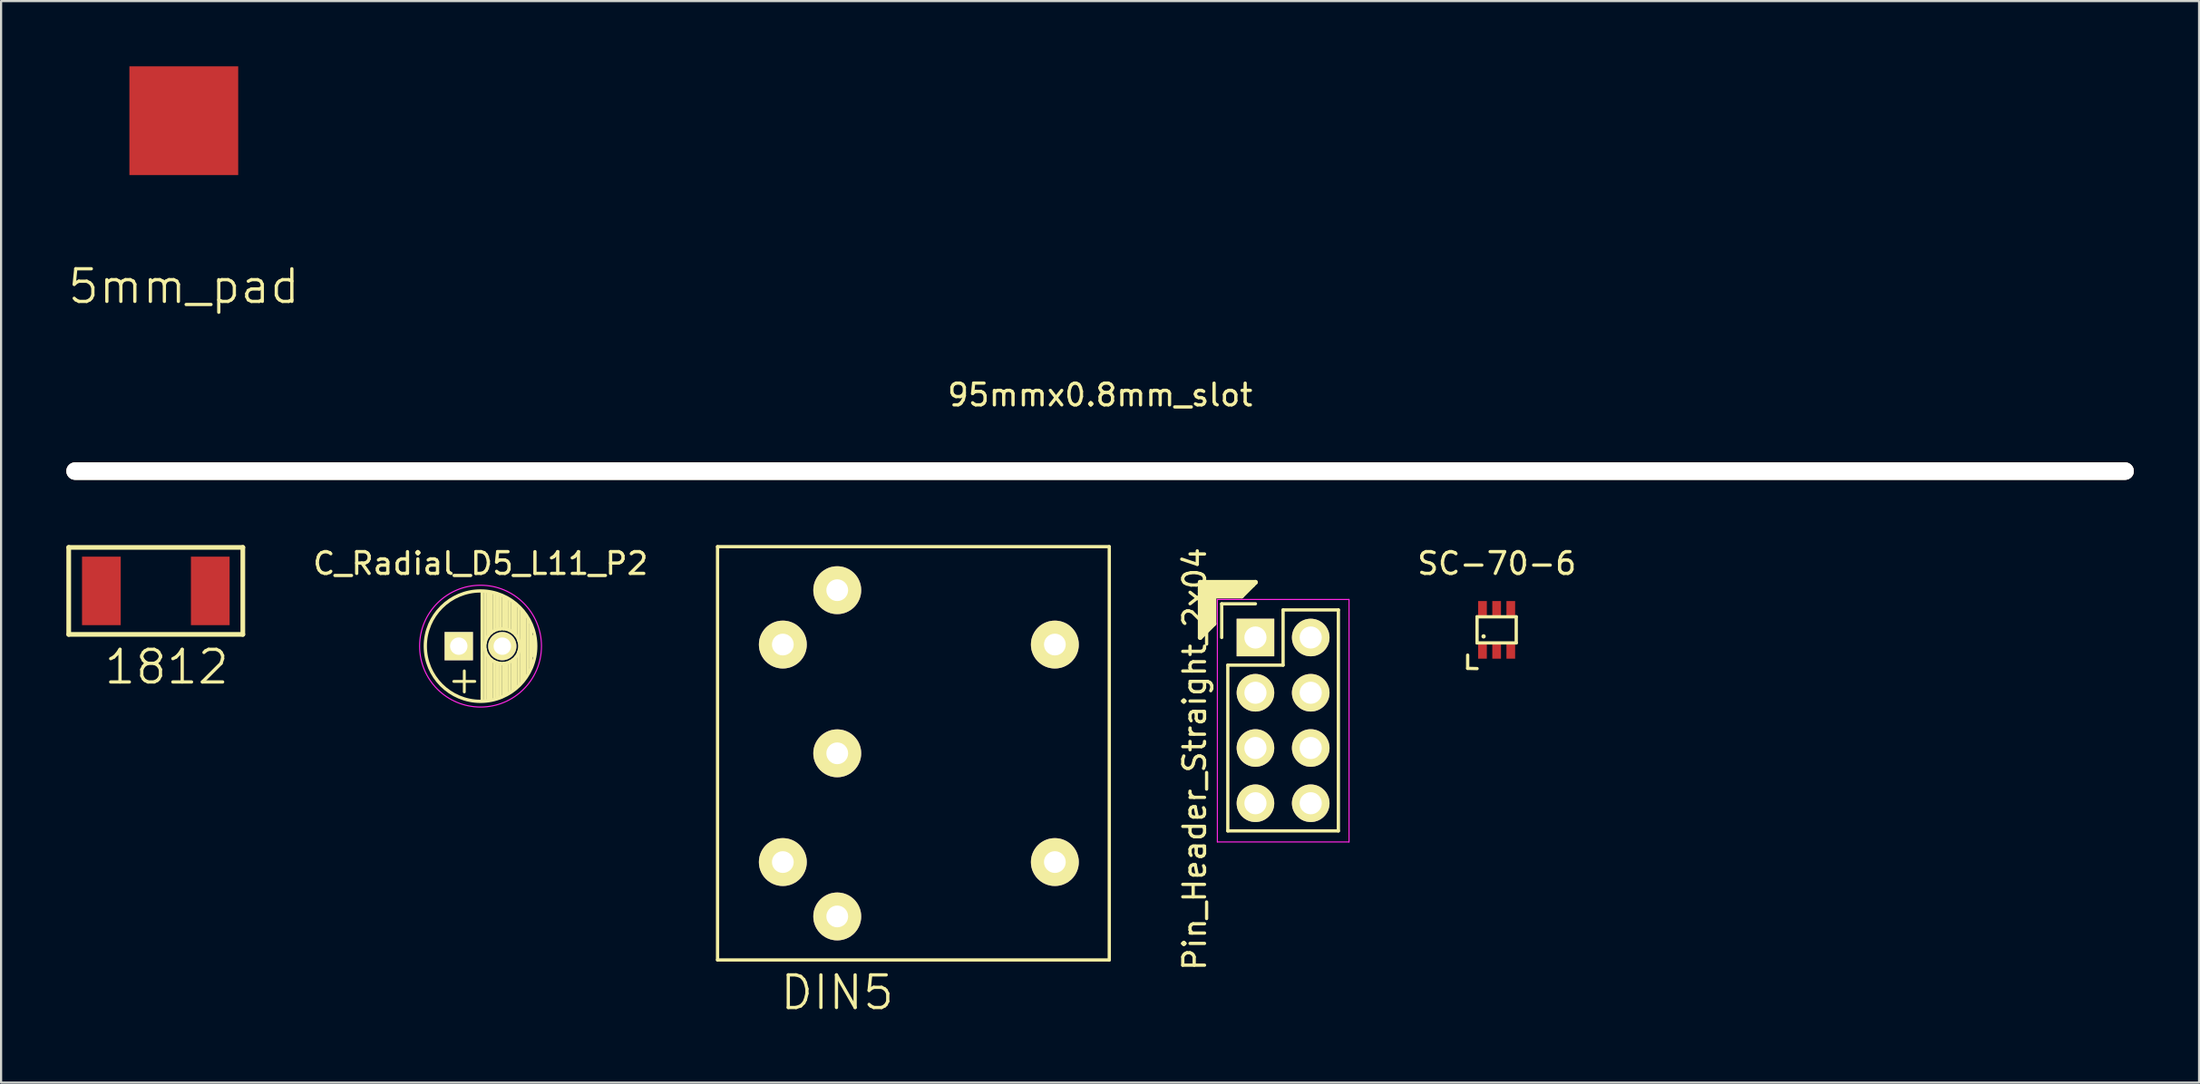
<source format=kicad_pcb>
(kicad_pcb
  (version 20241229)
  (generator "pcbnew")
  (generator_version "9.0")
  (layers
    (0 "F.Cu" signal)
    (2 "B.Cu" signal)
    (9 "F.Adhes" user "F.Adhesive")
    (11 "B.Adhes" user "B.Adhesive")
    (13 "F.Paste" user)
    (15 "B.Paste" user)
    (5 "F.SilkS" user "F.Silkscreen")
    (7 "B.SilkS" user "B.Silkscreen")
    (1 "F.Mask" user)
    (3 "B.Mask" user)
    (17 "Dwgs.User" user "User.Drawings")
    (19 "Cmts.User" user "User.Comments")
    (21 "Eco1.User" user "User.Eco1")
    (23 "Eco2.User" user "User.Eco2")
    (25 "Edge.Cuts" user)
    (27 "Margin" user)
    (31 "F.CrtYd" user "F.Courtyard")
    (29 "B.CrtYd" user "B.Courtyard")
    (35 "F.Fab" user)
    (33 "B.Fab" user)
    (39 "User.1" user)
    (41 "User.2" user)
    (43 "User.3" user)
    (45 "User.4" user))
  (footprint "DIN5"
    (layer "F.Cu")
    (at 35.422 31.584)
    (property "Reference" "DIN5" (at 0 11 0) (layer "F.SilkS") (effects (font (size 1.5 1.5) (thickness 0.15))))
    (attr through_hole)
    (fp_line (start -5.5 -9.5) (end -5.5 9.5) (stroke (width 0.15) (type solid)) (layer "F.SilkS"))
    (fp_line (start -5.5 9.5) (end 12.5 9.5) (stroke (width 0.15) (type solid)) (layer "F.SilkS"))
    (fp_line (start 12.5 -9.5) (end -5.5 -9.5) (stroke (width 0.15) (type solid)) (layer "F.SilkS"))
    (fp_line (start 12.5 9.5) (end 12.5 -9.5) (stroke (width 0.15) (type solid)) (layer "F.SilkS"))
    (pad "1" thru_hole circle (at 0 7.5) (size 2.2 2.2) (drill 1) (layers "*.Mask" "B.Cu" "F.SilkS"))
    (pad "2" thru_hole circle (at 0 0) (size 2.2 2.2) (drill 1) (layers "*.Mask" "B.Cu" "F.SilkS"))
    (pad "3" thru_hole circle (at 0 -7.5) (size 2.2 2.2) (drill 1) (layers "*.Mask" "B.Cu" "F.SilkS"))
    (pad "4" thru_hole circle (at -2.5 5) (size 2.2 2.2) (drill 1) (layers "*.Mask" "B.Cu" "F.SilkS"))
    (pad "5" thru_hole circle (at -2.5 -5) (size 2.2 2.2) (drill 1) (layers "*.Mask" "B.Cu" "F.SilkS"))
    (pad "S" thru_hole circle (at 10 -5) (size 2.2 2.2) (drill 1) (layers "*.Mask" "B.Cu" "F.SilkS"))
    (pad "S" thru_hole circle (at 10 5) (size 2.2 2.2) (drill 1) (layers "*.Mask" "B.Cu" "F.SilkS")))
  (footprint "SC-70-6"
    (layer "F.Cu")
    (at 65.722 25.908)
    (property "Reference" "SC-70-6" (at 0.01 -3.051 0) (layer "F.SilkS") (effects (font (size 1 1) (thickness 0.15))))
    (attr smd)
    (fp_line (start -1.331 1.161) (end -1.331 1.77) (stroke (width 0.15) (type solid)) (layer "F.SilkS"))
    (fp_line (start -1.331 1.77) (end -0.899 1.781) (stroke (width 0.15) (type solid)) (layer "F.SilkS"))
    (fp_line (start -0.9 -0.6) (end 0.9 -0.6) (stroke (width 0.15) (type solid)) (layer "F.SilkS"))
    (fp_line (start -0.9 0.6) (end -0.9 -0.6) (stroke (width 0.15) (type solid)) (layer "F.SilkS"))
    (fp_line (start -0.6 0.3) (end -0.6 0.3) (stroke (width 0.2) (type solid)) (layer "F.SilkS"))
    (fp_line (start 0.9 -0.6) (end 0.9 0.6) (stroke (width 0.15) (type solid)) (layer "F.SilkS"))
    (fp_line (start 0.9 0.6) (end -0.9 0.6) (stroke (width 0.15) (type solid)) (layer "F.SilkS"))
    (pad "1" smd rect (at -0.65 0.95) (size 0.399 0.749) (layers "F.Cu" "F.Mask" "F.Paste"))
    (pad "2" smd rect (at 0 0.95) (size 0.399 0.749) (layers "F.Cu" "F.Mask" "F.Paste"))
    (pad "3" smd rect (at 0.65 0.95) (size 0.399 0.749) (layers "F.Cu" "F.Mask" "F.Paste"))
    (pad "4" smd rect (at 0.65 -0.95) (size 0.399 0.749) (layers "F.Cu" "F.Mask" "F.Paste"))
    (pad "5" smd rect (at 0 -0.95) (size 0.399 0.749) (layers "F.Cu" "F.Mask" "F.Paste"))
    (pad "6" smd rect (at -0.65 -0.95) (size 0.399 0.749) (layers "F.Cu" "F.Mask" "F.Paste")))
  (footprint "5mm_pad"
    (layer "F.Cu")
    (at 5.396 2.5)
    (property "Reference" "5mm_pad" (at 0 7.62 0) (layer "F.SilkS") (effects (font (size 1.5 1.5) (thickness 0.15))))
    (attr through_hole)
    (pad "1" smd rect (at 0 0) (size 5 5) (layers "F.Cu" "F.Mask" "F.Paste")))
  (footprint "95mmx0.8mm_slot"
    (layer "F.Cu")
    (at 47.5 18.609)
    (property "Reference" "95mmx0.8mm_slot" (at 0 -3.5 0) (layer "F.SilkS") (effects (font (size 1 1) (thickness 0.15))))
    (attr through_hole)
    (pad "1" thru_hole oval (at 0 0) (size 95 0.8) (drill oval 95 0.8) (layers "*.Cu" "*.Mask" "F.SilkS")))
  (footprint "1812"
    (layer "F.Cu")
    (at 4.108 24.117)
    (property "Reference" "1812" (at 0.5 3.5 0) (layer "F.SilkS") (effects (font (size 1.5 1.5) (thickness 0.15))))
    (attr through_hole)
    (fp_line (start -4 -2) (end 4 -2) (stroke (width 0.216) (type solid)) (layer "F.SilkS"))
    (fp_line (start -4 2) (end -4 -2) (stroke (width 0.216) (type solid)) (layer "F.SilkS"))
    (fp_line (start 4 -2) (end 4 2) (stroke (width 0.216) (type solid)) (layer "F.SilkS"))
    (fp_line (start 4 2) (end -4 2) (stroke (width 0.216) (type solid)) (layer "F.SilkS"))
    (pad "1" smd rect (at -2.5 0) (size 1.778 3.15) (layers "F.Cu" "F.Mask" "F.Paste"))
    (pad "2" smd rect (at 2.504 0) (size 1.778 3.15) (layers "F.Cu" "F.Mask" "F.Paste")))
  (footprint "C_Radial_D5_L11_P2"
    (layer "F.Cu")
    (at 18.031 26.657)
    (property "Reference" "C_Radial_D5_L11_P2" (at 1 -3.8 0) (layer "F.SilkS") (effects (font (size 1 1) (thickness 0.15))))
    (attr through_hole)
    (fp_line (start 1.075 -2.499) (end 1.075 2.499) (stroke (width 0.15) (type solid)) (layer "F.SilkS"))
    (fp_line (start 1.215 -2.491) (end 1.215 -0.154) (stroke (width 0.15) (type solid)) (layer "F.SilkS"))
    (fp_line (start 1.215 0.154) (end 1.215 2.491) (stroke (width 0.15) (type solid)) (layer "F.SilkS"))
    (fp_line (start 1.355 -2.475) (end 1.355 -0.473) (stroke (width 0.15) (type solid)) (layer "F.SilkS"))
    (fp_line (start 1.355 0.473) (end 1.355 2.475) (stroke (width 0.15) (type solid)) (layer "F.SilkS"))
    (fp_line (start 1.495 -2.451) (end 1.495 -0.62) (stroke (width 0.15) (type solid)) (layer "F.SilkS"))
    (fp_line (start 1.495 0.62) (end 1.495 2.451) (stroke (width 0.15) (type solid)) (layer "F.SilkS"))
    (fp_line (start 1.635 -2.418) (end 1.635 -0.712) (stroke (width 0.15) (type solid)) (layer "F.SilkS"))
    (fp_line (start 1.635 0.712) (end 1.635 2.418) (stroke (width 0.15) (type solid)) (layer "F.SilkS"))
    (fp_line (start 1.775 -2.377) (end 1.775 -0.768) (stroke (width 0.15) (type solid)) (layer "F.SilkS"))
    (fp_line (start 1.775 0.768) (end 1.775 2.377) (stroke (width 0.15) (type solid)) (layer "F.SilkS"))
    (fp_line (start 1.915 -2.327) (end 1.915 -0.795) (stroke (width 0.15) (type solid)) (layer "F.SilkS"))
    (fp_line (start 1.915 0.795) (end 1.915 2.327) (stroke (width 0.15) (type solid)) (layer "F.SilkS"))
    (fp_line (start 2.055 -2.266) (end 2.055 -0.798) (stroke (width 0.15) (type solid)) (layer "F.SilkS"))
    (fp_line (start 2.055 0.798) (end 2.055 2.266) (stroke (width 0.15) (type solid)) (layer "F.SilkS"))
    (fp_line (start 2.195 -2.196) (end 2.195 -0.776) (stroke (width 0.15) (type solid)) (layer "F.SilkS"))
    (fp_line (start 2.195 0.776) (end 2.195 2.196) (stroke (width 0.15) (type solid)) (layer "F.SilkS"))
    (fp_line (start 2.335 -2.114) (end 2.335 -0.726) (stroke (width 0.15) (type solid)) (layer "F.SilkS"))
    (fp_line (start 2.335 0.726) (end 2.335 2.114) (stroke (width 0.15) (type solid)) (layer "F.SilkS"))
    (fp_line (start 2.475 -2.019) (end 2.475 -0.644) (stroke (width 0.15) (type solid)) (layer "F.SilkS"))
    (fp_line (start 2.475 0.644) (end 2.475 2.019) (stroke (width 0.15) (type solid)) (layer "F.SilkS"))
    (fp_line (start 2.615 -1.908) (end 2.615 -0.512) (stroke (width 0.15) (type solid)) (layer "F.SilkS"))
    (fp_line (start 2.615 0.512) (end 2.615 1.908) (stroke (width 0.15) (type solid)) (layer "F.SilkS"))
    (fp_line (start 2.755 -1.78) (end 2.755 -0.265) (stroke (width 0.15) (type solid)) (layer "F.SilkS"))
    (fp_line (start 2.755 0.265) (end 2.755 1.78) (stroke (width 0.15) (type solid)) (layer "F.SilkS"))
    (fp_line (start 2.895 -1.631) (end 2.895 1.631) (stroke (width 0.15) (type solid)) (layer "F.SilkS"))
    (fp_line (start 3.035 -1.452) (end 3.035 1.452) (stroke (width 0.15) (type solid)) (layer "F.SilkS"))
    (fp_line (start 3.175 -1.233) (end 3.175 1.233) (stroke (width 0.15) (type solid)) (layer "F.SilkS"))
    (fp_line (start 3.315 -0.944) (end 3.315 0.944) (stroke (width 0.15) (type solid)) (layer "F.SilkS"))
    (fp_line (start 3.455 -0.472) (end 3.455 0.472) (stroke (width 0.15) (type solid)) (layer "F.SilkS"))
    (fp_circle (center 1 0) (end 1 -2.538) (stroke (width 0.15) (type solid)) (fill no) (layer "F.SilkS"))
    (fp_circle (center 2 0) (end 2 -0.8) (stroke (width 0.15) (type solid)) (fill no) (layer "F.SilkS"))
    (fp_circle (center 1 0) (end 1 -2.8) (stroke (width 0.05) (type solid)) (fill no) (layer "F.CrtYd"))
    (fp_text user "+" (at 0.254 1.524 0) (layer "F.SilkS") (effects (font (size 1.27 1.27) (thickness 0.132))))
    (pad "1" thru_hole rect (at 0 0) (size 1.3 1.3) (drill 0.8) (layers "*.Cu" "*.Mask" "F.SilkS"))
    (pad "2" thru_hole circle (at 2 0) (size 1.3 1.3) (drill 0.8) (layers "*.Cu" "*.Mask" "F.SilkS")))
  (footprint "Pin_Header_Straight_2x04"
    (layer "F.Cu")
    (at 54.639 26.26)
    (property "Reference" "Pin_Header_Straight_2x04" (at -2.794 5.588 90) (layer "F.SilkS") (effects (font (size 1 1) (thickness 0.15))))
    (attr through_hole)
    (fp_line (start -2.54 -2.54) (end 0 -2.54) (stroke (width 0.216) (type solid)) (layer "F.SilkS"))
    (fp_line (start -2.54 -2.286) (end -0.381 -2.286) (stroke (width 0.216) (type solid)) (layer "F.SilkS"))
    (fp_line (start -2.54 -2.032) (end -0.635 -2.032) (stroke (width 0.216) (type solid)) (layer "F.SilkS"))
    (fp_line (start -2.54 0) (end -2.54 -2.54) (stroke (width 0.216) (type solid)) (layer "F.SilkS"))
    (fp_line (start -2.54 0) (end -1.905 -0.635) (stroke (width 0.216) (type solid)) (layer "F.SilkS"))
    (fp_line (start -2.413 -2.032) (end -2.413 -0.254) (stroke (width 0.216) (type solid)) (layer "F.SilkS"))
    (fp_line (start -2.286 -2.032) (end -2.286 -0.381) (stroke (width 0.216) (type solid)) (layer "F.SilkS"))
    (fp_line (start -2.159 -2.032) (end -2.159 -0.508) (stroke (width 0.216) (type solid)) (layer "F.SilkS"))
    (fp_line (start -2.032 -2.032) (end -2.032 -0.635) (stroke (width 0.216) (type solid)) (layer "F.SilkS"))
    (fp_line (start -1.905 -1.905) (end -0.635 -1.905) (stroke (width 0.216) (type solid)) (layer "F.SilkS"))
    (fp_line (start -1.905 -0.635) (end -1.905 -1.905) (stroke (width 0.216) (type solid)) (layer "F.SilkS"))
    (fp_line (start -1.55 -1.55) (end -1.55 0) (stroke (width 0.15) (type solid)) (layer "F.SilkS"))
    (fp_line (start -1.27 1.27) (end -1.27 8.89) (stroke (width 0.15) (type solid)) (layer "F.SilkS"))
    (fp_line (start -1.27 8.89) (end 3.81 8.89) (stroke (width 0.15) (type solid)) (layer "F.SilkS"))
    (fp_line (start -0.635 -1.905) (end 0 -2.54) (stroke (width 0.216) (type solid)) (layer "F.SilkS"))
    (fp_line (start -0.508 -2.159) (end -2.54 -2.159) (stroke (width 0.216) (type solid)) (layer "F.SilkS"))
    (fp_line (start -0.127 -2.413) (end -2.413 -2.413) (stroke (width 0.216) (type solid)) (layer "F.SilkS"))
    (fp_line (start 0 -1.55) (end -1.55 -1.55) (stroke (width 0.15) (type solid)) (layer "F.SilkS"))
    (fp_line (start 1.27 -1.27) (end 1.27 1.27) (stroke (width 0.15) (type solid)) (layer "F.SilkS"))
    (fp_line (start 1.27 1.27) (end -1.27 1.27) (stroke (width 0.15) (type solid)) (layer "F.SilkS"))
    (fp_line (start 3.81 -1.27) (end 1.27 -1.27) (stroke (width 0.15) (type solid)) (layer "F.SilkS"))
    (fp_line (start 3.81 8.89) (end 3.81 -1.27) (stroke (width 0.15) (type solid)) (layer "F.SilkS"))
    (fp_line (start -1.75 -1.75) (end -1.75 9.4) (stroke (width 0.05) (type solid)) (layer "F.CrtYd"))
    (fp_line (start -1.75 -1.75) (end 4.3 -1.75) (stroke (width 0.05) (type solid)) (layer "F.CrtYd"))
    (fp_line (start -1.75 9.4) (end 4.3 9.4) (stroke (width 0.05) (type solid)) (layer "F.CrtYd"))
    (fp_line (start 4.3 -1.75) (end 4.3 9.4) (stroke (width 0.05) (type solid)) (layer "F.CrtYd"))
    (pad "1" thru_hole rect (at 0 0) (size 1.727 1.727) (drill 1.016) (layers "*.Cu" "*.Mask" "F.SilkS"))
    (pad "2" thru_hole oval (at 2.54 0) (size 1.727 1.727) (drill 1.016) (layers "*.Cu" "*.Mask" "F.SilkS"))
    (pad "3" thru_hole oval (at 0 2.54) (size 1.727 1.727) (drill 1.016) (layers "*.Cu" "*.Mask" "F.SilkS"))
    (pad "4" thru_hole oval (at 2.54 2.54) (size 1.727 1.727) (drill 1.016) (layers "*.Cu" "*.Mask" "F.SilkS"))
    (pad "5" thru_hole oval (at 0 5.08) (size 1.727 1.727) (drill 1.016) (layers "*.Cu" "*.Mask" "F.SilkS"))
    (pad "6" thru_hole oval (at 2.54 5.08) (size 1.727 1.727) (drill 1.016) (layers "*.Cu" "*.Mask" "F.SilkS"))
    (pad "7" thru_hole oval (at 0 7.62) (size 1.727 1.727) (drill 1.016) (layers "*.Cu" "*.Mask" "F.SilkS"))
    (pad "8" thru_hole oval (at 2.54 7.62) (size 1.727 1.727) (drill 1.016) (layers "*.Cu" "*.Mask" "F.SilkS")))
  (gr_rect
    (start -3 -3)
    (end 98 46.725)
    (stroke (width 0.1) (type default))
    (fill no)
    (layer "Edge.Cuts")))
</source>
